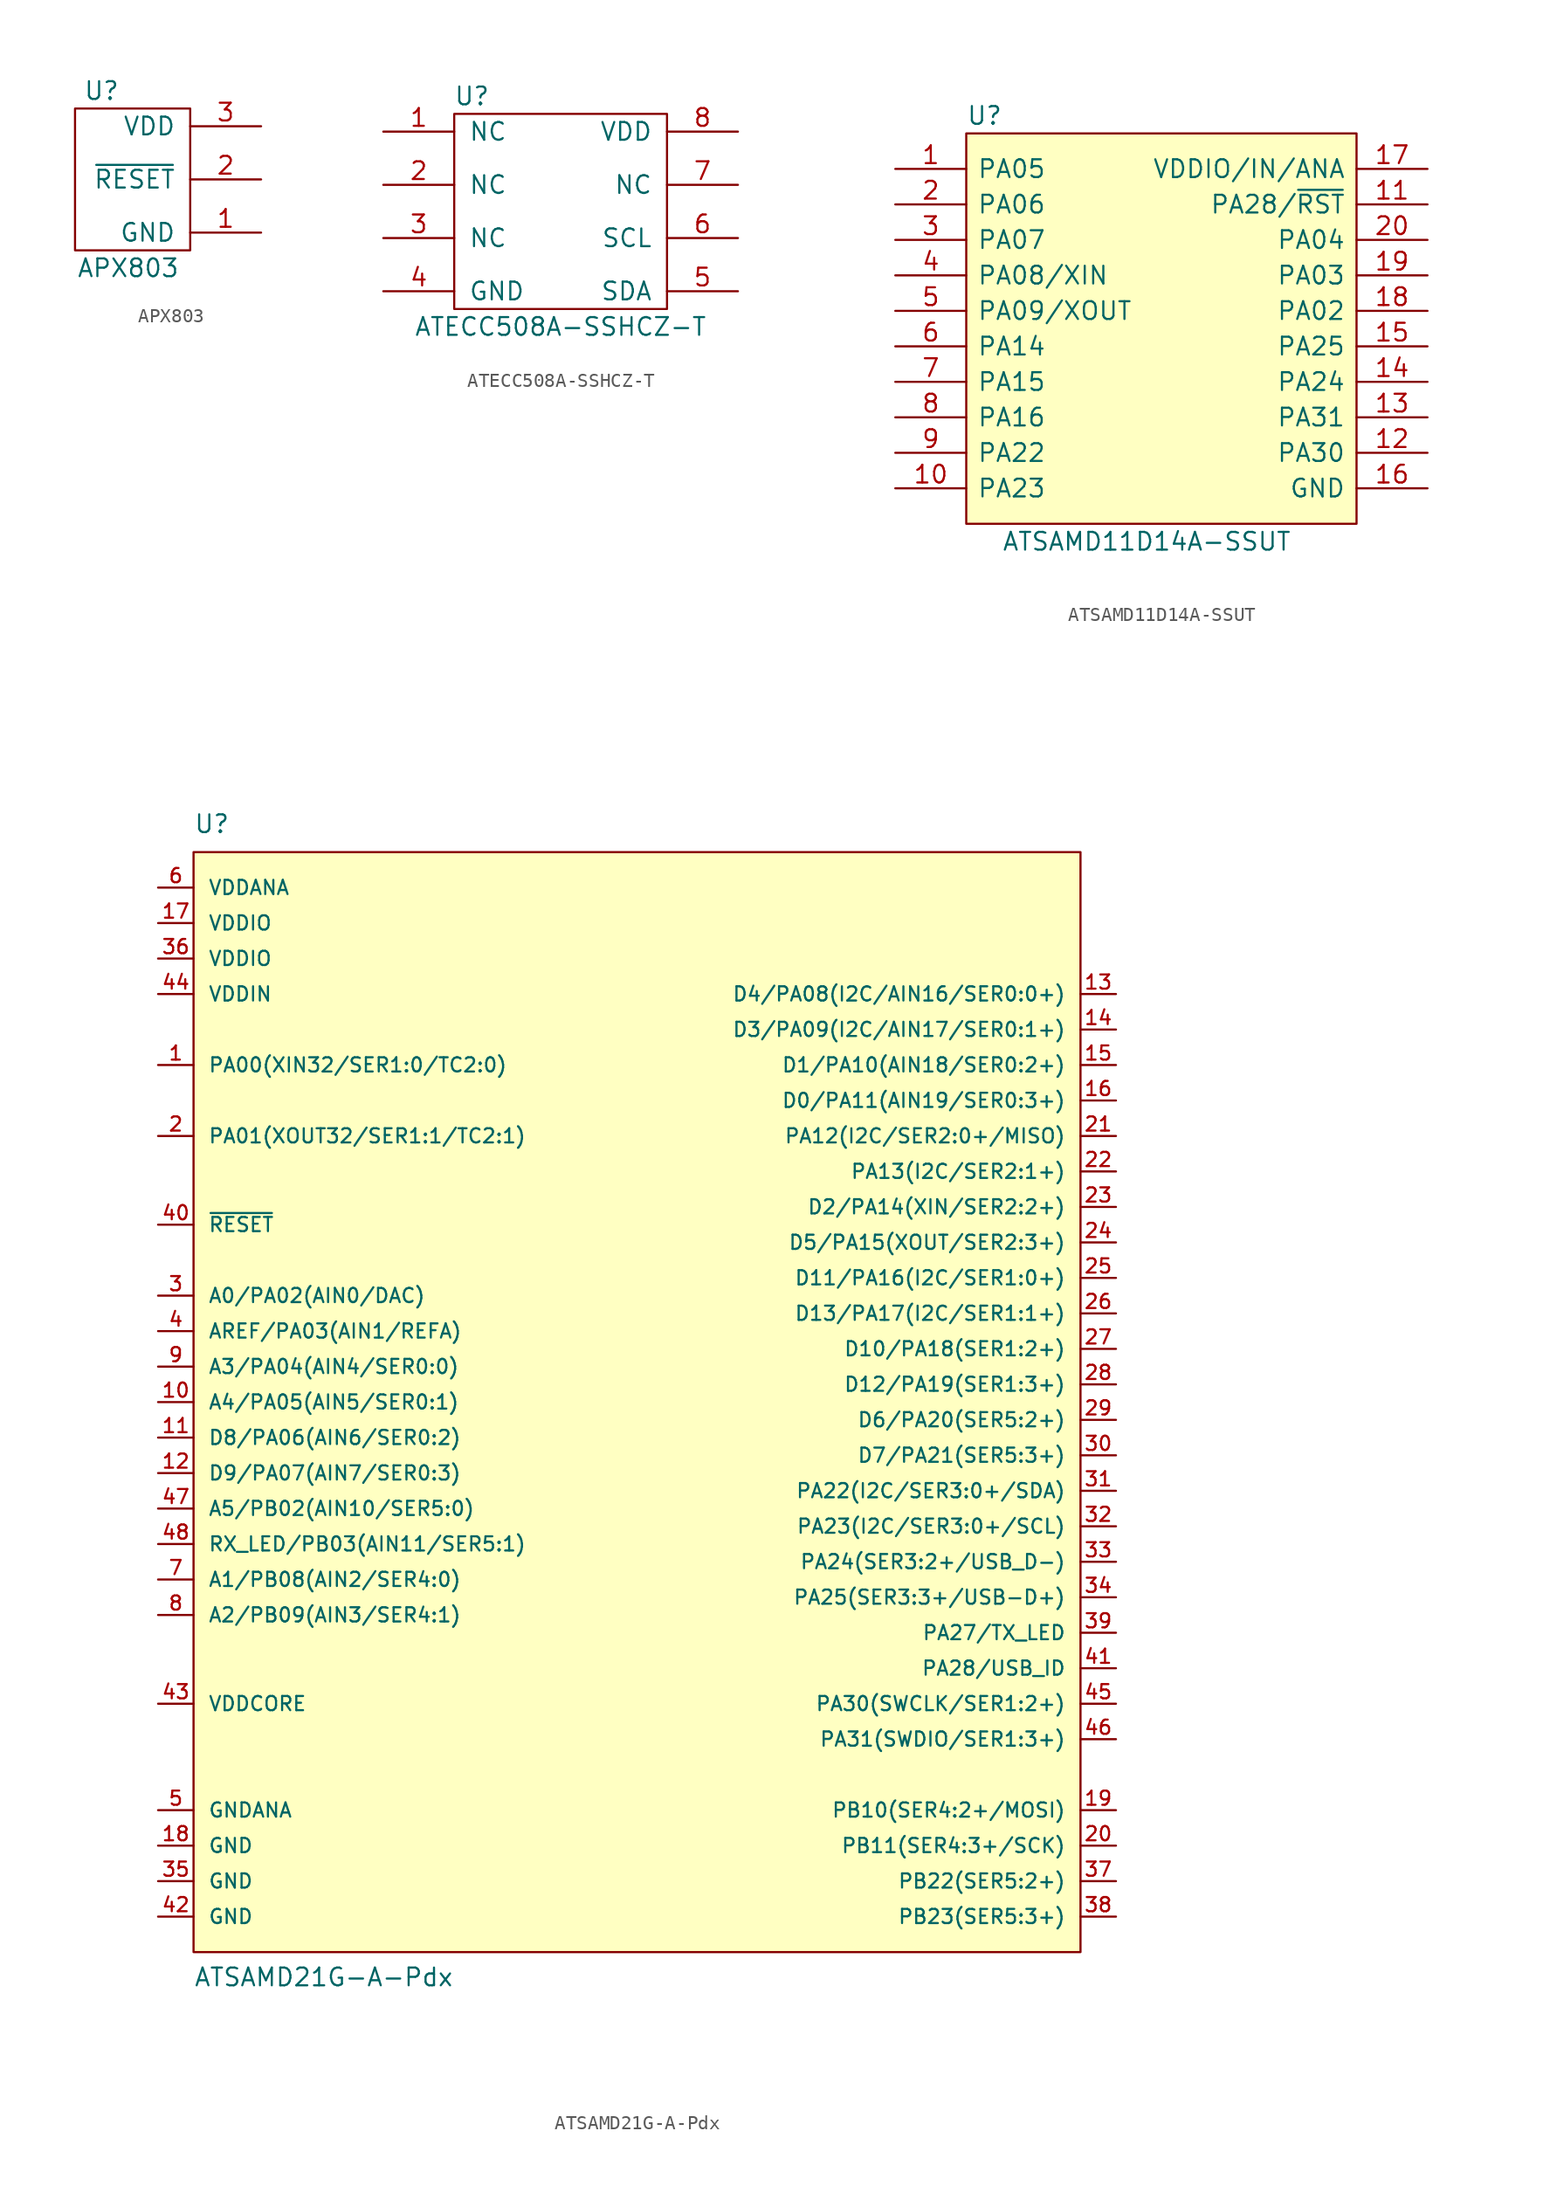
<source format=kicad_sym>
(kicad_symbol_lib
  (version 20211014)
  (generator kicad_symbol_editor)
  (symbol "APX803"
    (pin_names
      (offset 1.016))
    (property "Reference" "U"
      (at -6.35 4.445 0)
      (effects (font (size 1.27 1.27))))
    (property "Value" "APX803"
      (at -4.445 -8.255 0)
      (effects (font (size 1.27 1.27))))
    (symbol "APX803_0_1"
      (rectangle (start 0 3.175) (end -8.255 -6.985) (stroke (width 0) (type default) (color 0 0 0 0)) (fill (type none))))
    (symbol "APX803_1_1"
      (pin input line (at 5.08 -5.715 180) (length 5.08) (name "GND" (effects (font (size 1.27 1.27)))) (number "1" (effects (font (size 1.27 1.27)))))
      (pin input line (at 5.08 -1.905 180) (length 5.08) (name "~{RESET}" (effects (font (size 1.27 1.27)))) (number "2" (effects (font (size 1.27 1.27)))))
      (pin input line (at 5.08 1.905 180) (length 5.08) (name "VDD" (effects (font (size 1.27 1.27)))) (number "3" (effects (font (size 1.27 1.27)))))))
  (symbol "ATECC508A-SSHCZ-T"
    (pin_names
      (offset 1.016))
    (property "Reference" "U"
      (at 2.54 11.43 0)
      (effects (font (size 1.27 1.27))))
    (property "Value" "ATECC508A-SSHCZ-T"
      (at 8.89 -5.08 0)
      (effects (font (size 1.27 1.27))))
    (symbol "ATECC508A-SSHCZ-T_0_1"
      (rectangle (start 16.51 10.16) (end 1.27 -3.81) (stroke (width 0) (type default) (color 0 0 0 0)) (fill (type none))))
    (symbol "ATECC508A-SSHCZ-T_1_1"
      (pin input line (at -3.81 8.89 0) (length 5.08) (name "NC" (effects (font (size 1.27 1.27)))) (number "1" (effects (font (size 1.27 1.27)))))
      (pin input line (at -3.81 5.08 0) (length 5.08) (name "NC" (effects (font (size 1.27 1.27)))) (number "2" (effects (font (size 1.27 1.27)))))
      (pin input line (at -3.81 1.27 0) (length 5.08) (name "NC" (effects (font (size 1.27 1.27)))) (number "3" (effects (font (size 1.27 1.27)))))
      (pin input line (at -3.81 -2.54 0) (length 5.08) (name "GND" (effects (font (size 1.27 1.27)))) (number "4" (effects (font (size 1.27 1.27)))))
      (pin input line (at 21.59 -2.54 180) (length 5.08) (name "SDA" (effects (font (size 1.27 1.27)))) (number "5" (effects (font (size 1.27 1.27)))))
      (pin input line (at 21.59 1.27 180) (length 5.08) (name "SCL" (effects (font (size 1.27 1.27)))) (number "6" (effects (font (size 1.27 1.27)))))
      (pin input line (at 21.59 5.08 180) (length 5.08) (name "NC" (effects (font (size 1.27 1.27)))) (number "7" (effects (font (size 1.27 1.27)))))
      (pin input line (at 21.59 8.89 180) (length 5.08) (name "VDD" (effects (font (size 1.27 1.27)))) (number "8" (effects (font (size 1.27 1.27)))))))
  (symbol "ATSAMD11D14A-SSUT"
    (pin_names
      (offset 0.762))
    (property "Reference" "U"
      (at 5.08 3.81 0)
      (effects (font (size 1.27 1.27)) (justify left)))
    (property "Value" "ATSAMD11D14A-SSUT"
      (at 7.62 -26.67 0)
      (effects (font (size 1.27 1.27)) (justify left)))
    (symbol "ATSAMD11D14A-SSUT_0_0"
      (pin passive line (at 0 0 0) (length 5.08) (name "PA05" (effects (font (size 1.27 1.27)))) (number "1" (effects (font (size 1.27 1.27)))))
      (pin passive line (at 0 -22.86 0) (length 5.08) (name "PA23" (effects (font (size 1.27 1.27)))) (number "10" (effects (font (size 1.27 1.27)))))
      (pin passive line (at 38.1 -2.54 180) (length 5.08) (name "PA28/~{RST}" (effects (font (size 1.27 1.27)))) (number "11" (effects (font (size 1.27 1.27)))))
      (pin passive line (at 38.1 -20.32 180) (length 5.08) (name "PA30" (effects (font (size 1.27 1.27)))) (number "12" (effects (font (size 1.27 1.27)))))
      (pin passive line (at 38.1 -17.78 180) (length 5.08) (name "PA31" (effects (font (size 1.27 1.27)))) (number "13" (effects (font (size 1.27 1.27)))))
      (pin passive line (at 38.1 -15.24 180) (length 5.08) (name "PA24" (effects (font (size 1.27 1.27)))) (number "14" (effects (font (size 1.27 1.27)))))
      (pin passive line (at 38.1 -12.7 180) (length 5.08) (name "PA25" (effects (font (size 1.27 1.27)))) (number "15" (effects (font (size 1.27 1.27)))))
      (pin passive line (at 38.1 -22.86 180) (length 5.08) (name "GND" (effects (font (size 1.27 1.27)))) (number "16" (effects (font (size 1.27 1.27)))))
      (pin passive line (at 38.1 0 180) (length 5.08) (name "VDDIO/IN/ANA" (effects (font (size 1.27 1.27)))) (number "17" (effects (font (size 1.27 1.27)))))
      (pin passive line (at 38.1 -10.16 180) (length 5.08) (name "PA02" (effects (font (size 1.27 1.27)))) (number "18" (effects (font (size 1.27 1.27)))))
      (pin passive line (at 38.1 -7.62 180) (length 5.08) (name "PA03" (effects (font (size 1.27 1.27)))) (number "19" (effects (font (size 1.27 1.27)))))
      (pin passive line (at 0 -2.54 0) (length 5.08) (name "PA06" (effects (font (size 1.27 1.27)))) (number "2" (effects (font (size 1.27 1.27)))))
      (pin passive line (at 38.1 -5.08 180) (length 5.08) (name "PA04" (effects (font (size 1.27 1.27)))) (number "20" (effects (font (size 1.27 1.27)))))
      (pin passive line (at 0 -5.08 0) (length 5.08) (name "PA07" (effects (font (size 1.27 1.27)))) (number "3" (effects (font (size 1.27 1.27)))))
      (pin passive line (at 0 -7.62 0) (length 5.08) (name "PA08/XIN" (effects (font (size 1.27 1.27)))) (number "4" (effects (font (size 1.27 1.27)))))
      (pin passive line (at 0 -10.16 0) (length 5.08) (name "PA09/XOUT" (effects (font (size 1.27 1.27)))) (number "5" (effects (font (size 1.27 1.27)))))
      (pin passive line (at 0 -12.7 0) (length 5.08) (name "PA14" (effects (font (size 1.27 1.27)))) (number "6" (effects (font (size 1.27 1.27)))))
      (pin passive line (at 0 -15.24 0) (length 5.08) (name "PA15" (effects (font (size 1.27 1.27)))) (number "7" (effects (font (size 1.27 1.27)))))
      (pin passive line (at 0 -17.78 0) (length 5.08) (name "PA16" (effects (font (size 1.27 1.27)))) (number "8" (effects (font (size 1.27 1.27)))))
      (pin passive line (at 0 -20.32 0) (length 5.08) (name "PA22" (effects (font (size 1.27 1.27)))) (number "9" (effects (font (size 1.27 1.27))))))
    (symbol "ATSAMD11D14A-SSUT_0_1"
      (polyline (pts (xy 5.08 2.54) (xy 33.02 2.54) (xy 33.02 -25.4) (xy 5.08 -25.4) (xy 5.08 2.54)) (stroke (width 0.152) (type default) (color 0 0 0 0)) (fill (type background)))))
  (symbol "ATSAMD21G-A-Pdx"
    (pin_names
      (offset 1.016))
    (property "Reference" "U"
      (at -31.75 40.64 0)
      (effects (font (size 1.27 1.27)) (justify left bottom)))
    (property "Value" "ATSAMD21G-A-Pdx"
      (at -31.75 -41.91 0)
      (effects (font (size 1.27 1.27)) (justify left bottom)))
    (symbol "ATSAMD21G-A-Pdx_1_1"
      (polyline (pts (xy -31.75 39.37) (xy -31.75 -39.37) (xy 31.75 -39.37) (xy 31.75 39.37) (xy -31.75 39.37)) (stroke (width 0) (type default) (color 0 0 0 0)) (fill (type background)))
      (pin bidirectional line (at -34.29 24.13 0) (length 2.54) (name "PA00(XIN32/SER1:0/TC2:0)" (effects (font (size 1.016 1.016)))) (number "1" (effects (font (size 1.016 1.016)))))
      (pin bidirectional line (at -34.29 0 0) (length 2.54) (name "A4/PA05(AIN5/SER0:1)" (effects (font (size 1.016 1.016)))) (number "10" (effects (font (size 1.016 1.016)))))
      (pin bidirectional line (at -34.29 -2.54 0) (length 2.54) (name "D8/PA06(AIN6/SER0:2)" (effects (font (size 1.016 1.016)))) (number "11" (effects (font (size 1.016 1.016)))))
      (pin bidirectional line (at -34.29 -5.08 0) (length 2.54) (name "D9/PA07(AIN7/SER0:3)" (effects (font (size 1.016 1.016)))) (number "12" (effects (font (size 1.016 1.016)))))
      (pin bidirectional line (at 34.29 29.21 180) (length 2.54) (name "D4/PA08(I2C/AIN16/SER0:0+)" (effects (font (size 1.016 1.016)))) (number "13" (effects (font (size 1.016 1.016)))))
      (pin bidirectional line (at 34.29 26.67 180) (length 2.54) (name "D3/PA09(I2C/AIN17/SER0:1+)" (effects (font (size 1.016 1.016)))) (number "14" (effects (font (size 1.016 1.016)))))
      (pin bidirectional line (at 34.29 24.13 180) (length 2.54) (name "D1/PA10(AIN18/SER0:2+)" (effects (font (size 1.016 1.016)))) (number "15" (effects (font (size 1.016 1.016)))))
      (pin bidirectional line (at 34.29 21.59 180) (length 2.54) (name "D0/PA11(AIN19/SER0:3+)" (effects (font (size 1.016 1.016)))) (number "16" (effects (font (size 1.016 1.016)))))
      (pin bidirectional line (at -34.29 34.29 0) (length 2.54) (name "VDDIO" (effects (font (size 1.016 1.016)))) (number "17" (effects (font (size 1.016 1.016)))))
      (pin bidirectional line (at -34.29 -31.75 0) (length 2.54) (name "GND" (effects (font (size 1.016 1.016)))) (number "18" (effects (font (size 1.016 1.016)))))
      (pin bidirectional line (at 34.29 -29.21 180) (length 2.54) (name "PB10(SER4:2+/MOSI)" (effects (font (size 1.016 1.016)))) (number "19" (effects (font (size 1.016 1.016)))))
      (pin bidirectional line (at -34.29 19.05 0) (length 2.54) (name "PA01(XOUT32/SER1:1/TC2:1)" (effects (font (size 1.016 1.016)))) (number "2" (effects (font (size 1.016 1.016)))))
      (pin bidirectional line (at 34.29 -31.75 180) (length 2.54) (name "PB11(SER4:3+/SCK)" (effects (font (size 1.016 1.016)))) (number "20" (effects (font (size 1.016 1.016)))))
      (pin bidirectional line (at 34.29 19.05 180) (length 2.54) (name "PA12(I2C/SER2:0+/MISO)" (effects (font (size 1.016 1.016)))) (number "21" (effects (font (size 1.016 1.016)))))
      (pin bidirectional line (at 34.29 16.51 180) (length 2.54) (name "PA13(I2C/SER2:1+)" (effects (font (size 1.016 1.016)))) (number "22" (effects (font (size 1.016 1.016)))))
      (pin bidirectional line (at 34.29 13.97 180) (length 2.54) (name "D2/PA14(XIN/SER2:2+)" (effects (font (size 1.016 1.016)))) (number "23" (effects (font (size 1.016 1.016)))))
      (pin bidirectional line (at 34.29 11.43 180) (length 2.54) (name "D5/PA15(XOUT/SER2:3+)" (effects (font (size 1.016 1.016)))) (number "24" (effects (font (size 1.016 1.016)))))
      (pin bidirectional line (at 34.29 8.89 180) (length 2.54) (name "D11/PA16(I2C/SER1:0+)" (effects (font (size 1.016 1.016)))) (number "25" (effects (font (size 1.016 1.016)))))
      (pin bidirectional line (at 34.29 6.35 180) (length 2.54) (name "D13/PA17(I2C/SER1:1+)" (effects (font (size 1.016 1.016)))) (number "26" (effects (font (size 1.016 1.016)))))
      (pin bidirectional line (at 34.29 3.81 180) (length 2.54) (name "D10/PA18(SER1:2+)" (effects (font (size 1.016 1.016)))) (number "27" (effects (font (size 1.016 1.016)))))
      (pin bidirectional line (at 34.29 1.27 180) (length 2.54) (name "D12/PA19(SER1:3+)" (effects (font (size 1.016 1.016)))) (number "28" (effects (font (size 1.016 1.016)))))
      (pin bidirectional line (at 34.29 -1.27 180) (length 2.54) (name "D6/PA20(SER5:2+)" (effects (font (size 1.016 1.016)))) (number "29" (effects (font (size 1.016 1.016)))))
      (pin bidirectional line (at -34.29 7.62 0) (length 2.54) (name "A0/PA02(AIN0/DAC)" (effects (font (size 1.016 1.016)))) (number "3" (effects (font (size 1.016 1.016)))))
      (pin bidirectional line (at 34.29 -3.81 180) (length 2.54) (name "D7/PA21(SER5:3+)" (effects (font (size 1.016 1.016)))) (number "30" (effects (font (size 1.016 1.016)))))
      (pin bidirectional line (at 34.29 -6.35 180) (length 2.54) (name "PA22(I2C/SER3:0+/SDA)" (effects (font (size 1.016 1.016)))) (number "31" (effects (font (size 1.016 1.016)))))
      (pin bidirectional line (at 34.29 -8.89 180) (length 2.54) (name "PA23(I2C/SER3:0+/SCL)" (effects (font (size 1.016 1.016)))) (number "32" (effects (font (size 1.016 1.016)))))
      (pin bidirectional line (at 34.29 -11.43 180) (length 2.54) (name "PA24(SER3:2+/USB_D-)" (effects (font (size 1.016 1.016)))) (number "33" (effects (font (size 1.016 1.016)))))
      (pin bidirectional line (at 34.29 -13.97 180) (length 2.54) (name "PA25(SER3:3+/USB-D+)" (effects (font (size 1.016 1.016)))) (number "34" (effects (font (size 1.016 1.016)))))
      (pin bidirectional line (at -34.29 -34.29 0) (length 2.54) (name "GND" (effects (font (size 1.016 1.016)))) (number "35" (effects (font (size 1.016 1.016)))))
      (pin bidirectional line (at -34.29 31.75 0) (length 2.54) (name "VDDIO" (effects (font (size 1.016 1.016)))) (number "36" (effects (font (size 1.016 1.016)))))
      (pin bidirectional line (at 34.29 -34.29 180) (length 2.54) (name "PB22(SER5:2+)" (effects (font (size 1.016 1.016)))) (number "37" (effects (font (size 1.016 1.016)))))
      (pin bidirectional line (at 34.29 -36.83 180) (length 2.54) (name "PB23(SER5:3+)" (effects (font (size 1.016 1.016)))) (number "38" (effects (font (size 1.016 1.016)))))
      (pin bidirectional line (at 34.29 -16.51 180) (length 2.54) (name "PA27/TX_LED" (effects (font (size 1.016 1.016)))) (number "39" (effects (font (size 1.016 1.016)))))
      (pin bidirectional line (at -34.29 5.08 0) (length 2.54) (name "AREF/PA03(AIN1/REFA)" (effects (font (size 1.016 1.016)))) (number "4" (effects (font (size 1.016 1.016)))))
      (pin bidirectional line (at -34.29 12.7 0) (length 2.54) (name "~{RESET}" (effects (font (size 1.016 1.016)))) (number "40" (effects (font (size 1.016 1.016)))))
      (pin bidirectional line (at 34.29 -19.05 180) (length 2.54) (name "PA28/USB_ID" (effects (font (size 1.016 1.016)))) (number "41" (effects (font (size 1.016 1.016)))))
      (pin bidirectional line (at -34.29 -36.83 0) (length 2.54) (name "GND" (effects (font (size 1.016 1.016)))) (number "42" (effects (font (size 1.016 1.016)))))
      (pin bidirectional line (at -34.29 -21.59 0) (length 2.54) (name "VDDCORE" (effects (font (size 1.016 1.016)))) (number "43" (effects (font (size 1.016 1.016)))))
      (pin bidirectional line (at -34.29 29.21 0) (length 2.54) (name "VDDIN" (effects (font (size 1.016 1.016)))) (number "44" (effects (font (size 1.016 1.016)))))
      (pin bidirectional line (at 34.29 -21.59 180) (length 2.54) (name "PA30(SWCLK/SER1:2+)" (effects (font (size 1.016 1.016)))) (number "45" (effects (font (size 1.016 1.016)))))
      (pin bidirectional line (at 34.29 -24.13 180) (length 2.54) (name "PA31(SWDIO/SER1:3+)" (effects (font (size 1.016 1.016)))) (number "46" (effects (font (size 1.016 1.016)))))
      (pin bidirectional line (at -34.29 -7.62 0) (length 2.54) (name "A5/PB02(AIN10/SER5:0)" (effects (font (size 1.016 1.016)))) (number "47" (effects (font (size 1.016 1.016)))))
      (pin bidirectional line (at -34.29 -10.16 0) (length 2.54) (name "RX_LED/PB03(AIN11/SER5:1)" (effects (font (size 1.016 1.016)))) (number "48" (effects (font (size 1.016 1.016)))))
      (pin bidirectional line (at -34.29 -29.21 0) (length 2.54) (name "GNDANA" (effects (font (size 1.016 1.016)))) (number "5" (effects (font (size 1.016 1.016)))))
      (pin bidirectional line (at -34.29 36.83 0) (length 2.54) (name "VDDANA" (effects (font (size 1.016 1.016)))) (number "6" (effects (font (size 1.016 1.016)))))
      (pin bidirectional line (at -34.29 -12.7 0) (length 2.54) (name "A1/PB08(AIN2/SER4:0)" (effects (font (size 1.016 1.016)))) (number "7" (effects (font (size 1.016 1.016)))))
      (pin bidirectional line (at -34.29 -15.24 0) (length 2.54) (name "A2/PB09(AIN3/SER4:1)" (effects (font (size 1.016 1.016)))) (number "8" (effects (font (size 1.016 1.016)))))
      (pin bidirectional line (at -34.29 2.54 0) (length 2.54) (name "A3/PA04(AIN4/SER0:0)" (effects (font (size 1.016 1.016)))) (number "9" (effects (font (size 1.016 1.016))))))))
</source>
